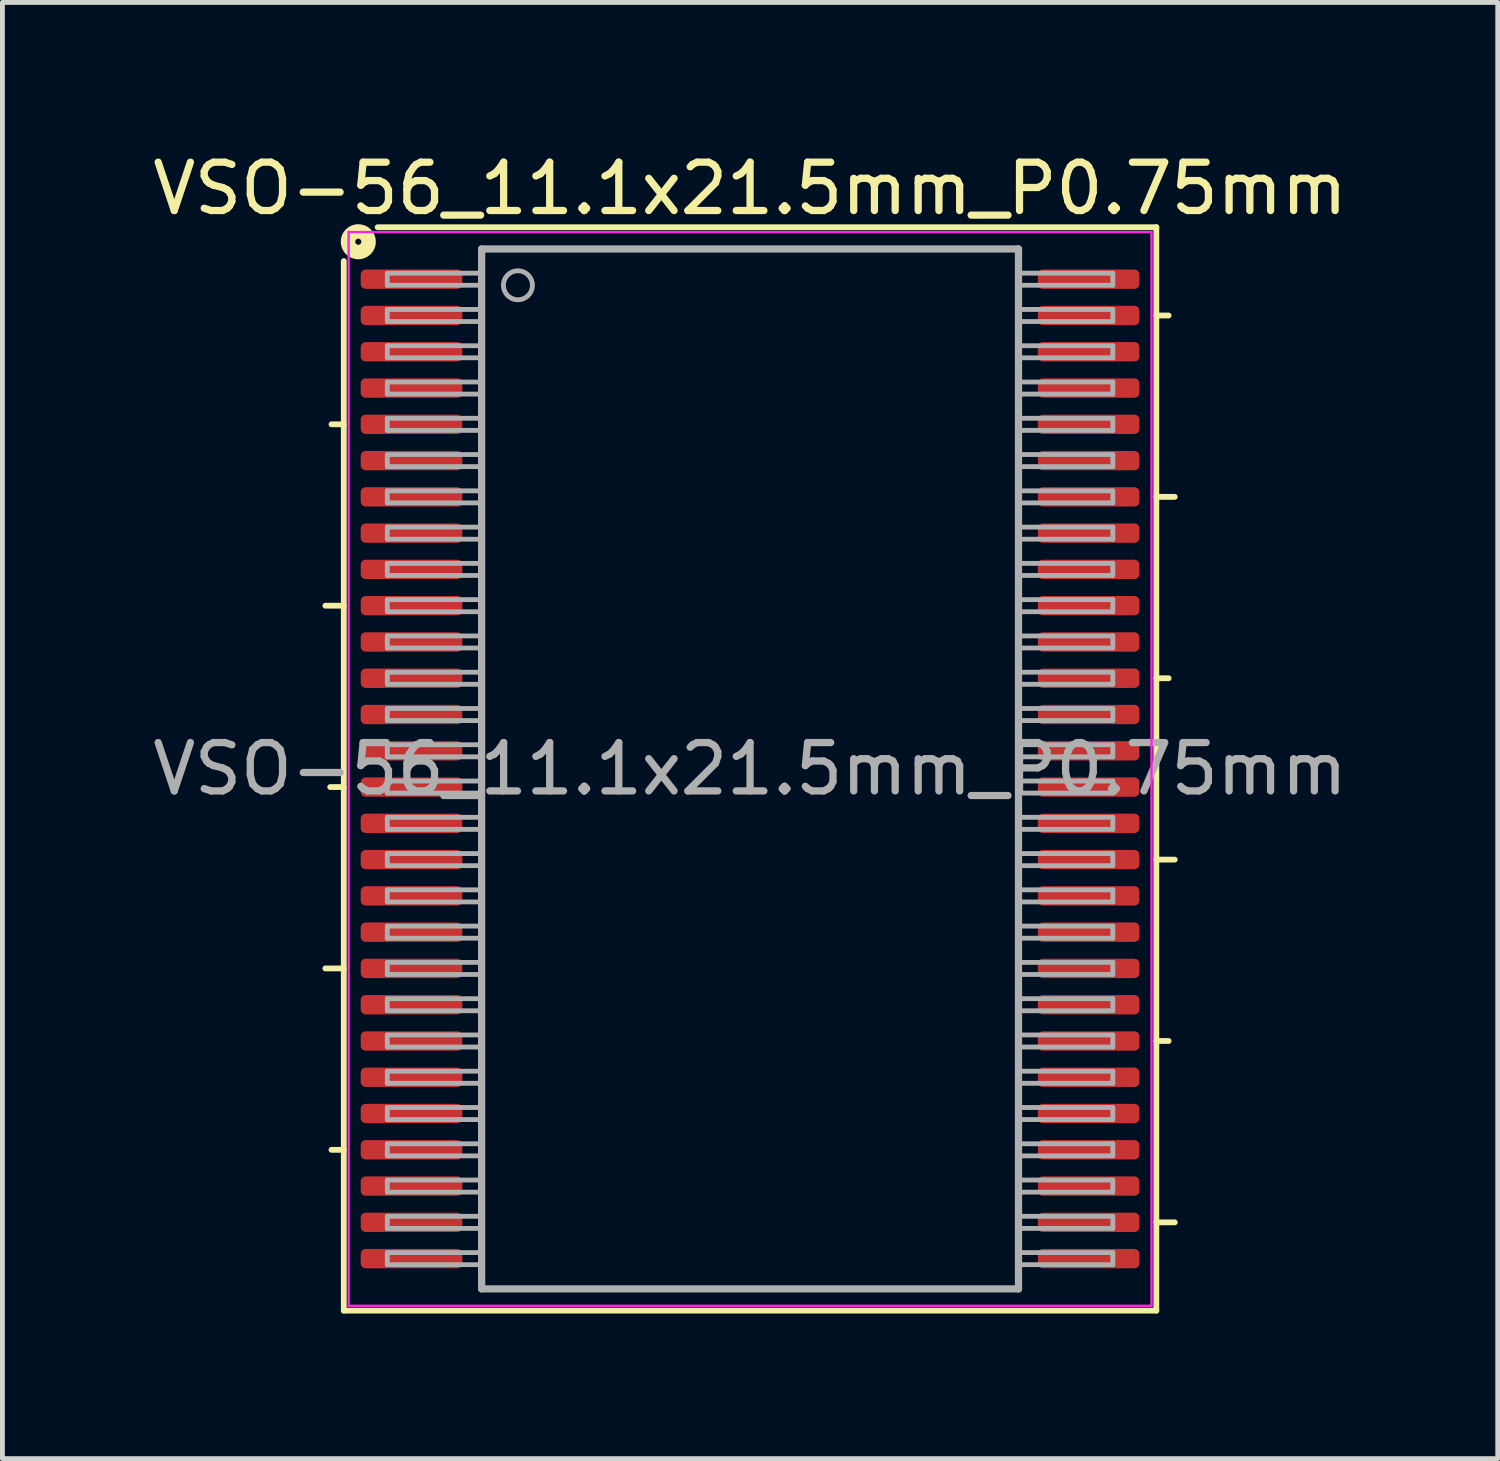
<source format=kicad_pcb>
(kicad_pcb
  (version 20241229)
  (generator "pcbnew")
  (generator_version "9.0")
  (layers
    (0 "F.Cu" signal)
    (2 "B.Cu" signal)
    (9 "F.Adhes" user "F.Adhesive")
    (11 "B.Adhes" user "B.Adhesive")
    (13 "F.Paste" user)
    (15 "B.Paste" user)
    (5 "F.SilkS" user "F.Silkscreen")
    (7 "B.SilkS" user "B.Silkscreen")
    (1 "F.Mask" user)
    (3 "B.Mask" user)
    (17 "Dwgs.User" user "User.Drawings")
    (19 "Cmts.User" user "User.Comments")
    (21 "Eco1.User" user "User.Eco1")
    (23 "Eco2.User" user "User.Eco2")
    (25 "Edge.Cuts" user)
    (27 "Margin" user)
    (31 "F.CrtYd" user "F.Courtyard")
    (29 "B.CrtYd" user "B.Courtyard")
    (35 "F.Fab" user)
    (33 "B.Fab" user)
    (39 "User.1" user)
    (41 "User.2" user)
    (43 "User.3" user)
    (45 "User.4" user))
  (footprint "VSO-56_11.1x21.5mm_P0.75mm"
    (layer "F.Cu")
    (at 12.458 12.848)
    (property "Reference" "VSO-56_11.1x21.5mm_P0.75mm" (at 0 -12 0) (layer "F.SilkS") (effects (font (size 1 1) (thickness 0.15))))
    (attr smd)
    (fp_line (start -8.4 -10.5) (end -8.4 11.2) (stroke (width 0.12) (type solid)) (layer "F.SilkS"))
    (fp_line (start -8.4 -7.125) (end -8.654 -7.125) (stroke (width 0.12) (type solid)) (layer "F.SilkS"))
    (fp_line (start -8.4 -3.375) (end -8.781 -3.375) (stroke (width 0.12) (type solid)) (layer "F.SilkS"))
    (fp_line (start -8.4 0.375) (end -8.681 0.375) (stroke (width 0.12) (type solid)) (layer "F.SilkS"))
    (fp_line (start -8.4 4.125) (end -8.781 4.125) (stroke (width 0.12) (type solid)) (layer "F.SilkS"))
    (fp_line (start -8.4 7.875) (end -8.654 7.875) (stroke (width 0.12) (type solid)) (layer "F.SilkS"))
    (fp_line (start -8.4 11.2) (end 8.4 11.2) (stroke (width 0.12) (type solid)) (layer "F.SilkS"))
    (fp_line (start 8.4 -11.2) (end -7.7 -11.2) (stroke (width 0.12) (type solid)) (layer "F.SilkS"))
    (fp_line (start 8.4 -9.375) (end 8.654 -9.375) (stroke (width 0.12) (type solid)) (layer "F.SilkS"))
    (fp_line (start 8.4 -5.625) (end 8.781 -5.625) (stroke (width 0.12) (type solid)) (layer "F.SilkS"))
    (fp_line (start 8.4 -1.875) (end 8.654 -1.875) (stroke (width 0.12) (type solid)) (layer "F.SilkS"))
    (fp_line (start 8.4 1.875) (end 8.781 1.875) (stroke (width 0.12) (type solid)) (layer "F.SilkS"))
    (fp_line (start 8.4 5.625) (end 8.654 5.625) (stroke (width 0.12) (type solid)) (layer "F.SilkS"))
    (fp_line (start 8.4 9.375) (end 8.781 9.375) (stroke (width 0.12) (type solid)) (layer "F.SilkS"))
    (fp_line (start 8.4 11.2) (end 8.4 -11.2) (stroke (width 0.12) (type solid)) (layer "F.SilkS"))
    (fp_circle (center -8.1 -10.9) (end -8.037 -10.9) (stroke (width 0.3) (type solid)) (fill no) (layer "F.SilkS"))
    (fp_line (start -8.3 -11.1) (end -8.3 11.1) (stroke (width 0.05) (type solid)) (layer "F.CrtYd"))
    (fp_line (start -8.3 -11.1) (end 8.3 -11.1) (stroke (width 0.05) (type solid)) (layer "F.CrtYd"))
    (fp_line (start -8.3 11.1) (end 8.3 11.1) (stroke (width 0.05) (type solid)) (layer "F.CrtYd"))
    (fp_line (start 8.3 -11.1) (end 8.3 11.1) (stroke (width 0.05) (type solid)) (layer "F.CrtYd"))
    (fp_line (start -7.5 -10.25) (end -7.5 -10) (stroke (width 0.1) (type solid)) (layer "F.Fab"))
    (fp_line (start -7.5 -10.25) (end -5.55 -10.25) (stroke (width 0.1) (type solid)) (layer "F.Fab"))
    (fp_line (start -7.5 -10) (end -5.55 -10) (stroke (width 0.1) (type solid)) (layer "F.Fab"))
    (fp_line (start -7.5 -9.5) (end -7.5 -9.25) (stroke (width 0.1) (type solid)) (layer "F.Fab"))
    (fp_line (start -7.5 -9.5) (end -5.55 -9.5) (stroke (width 0.1) (type solid)) (layer "F.Fab"))
    (fp_line (start -7.5 -9.25) (end -5.55 -9.25) (stroke (width 0.1) (type solid)) (layer "F.Fab"))
    (fp_line (start -7.5 -8.75) (end -7.5 -8.5) (stroke (width 0.1) (type solid)) (layer "F.Fab"))
    (fp_line (start -7.5 -8.75) (end -5.55 -8.75) (stroke (width 0.1) (type solid)) (layer "F.Fab"))
    (fp_line (start -7.5 -8.5) (end -5.55 -8.5) (stroke (width 0.1) (type solid)) (layer "F.Fab"))
    (fp_line (start -7.5 -8) (end -7.5 -7.75) (stroke (width 0.1) (type solid)) (layer "F.Fab"))
    (fp_line (start -7.5 -8) (end -5.55 -8) (stroke (width 0.1) (type solid)) (layer "F.Fab"))
    (fp_line (start -7.5 -7.75) (end -5.55 -7.75) (stroke (width 0.1) (type solid)) (layer "F.Fab"))
    (fp_line (start -7.5 -7.25) (end -7.5 -7) (stroke (width 0.1) (type solid)) (layer "F.Fab"))
    (fp_line (start -7.5 -7.25) (end -5.55 -7.25) (stroke (width 0.1) (type solid)) (layer "F.Fab"))
    (fp_line (start -7.5 -7) (end -5.55 -7) (stroke (width 0.1) (type solid)) (layer "F.Fab"))
    (fp_line (start -7.5 -6.5) (end -7.5 -6.25) (stroke (width 0.1) (type solid)) (layer "F.Fab"))
    (fp_line (start -7.5 -6.5) (end -5.55 -6.5) (stroke (width 0.1) (type solid)) (layer "F.Fab"))
    (fp_line (start -7.5 -6.25) (end -5.55 -6.25) (stroke (width 0.1) (type solid)) (layer "F.Fab"))
    (fp_line (start -7.5 -5.75) (end -7.5 -5.5) (stroke (width 0.1) (type solid)) (layer "F.Fab"))
    (fp_line (start -7.5 -5.75) (end -5.55 -5.75) (stroke (width 0.1) (type solid)) (layer "F.Fab"))
    (fp_line (start -7.5 -5.5) (end -5.55 -5.5) (stroke (width 0.1) (type solid)) (layer "F.Fab"))
    (fp_line (start -7.5 -5) (end -7.5 -4.75) (stroke (width 0.1) (type solid)) (layer "F.Fab"))
    (fp_line (start -7.5 -5) (end -5.55 -5) (stroke (width 0.1) (type solid)) (layer "F.Fab"))
    (fp_line (start -7.5 -4.75) (end -5.55 -4.75) (stroke (width 0.1) (type solid)) (layer "F.Fab"))
    (fp_line (start -7.5 -4.25) (end -7.5 -4) (stroke (width 0.1) (type solid)) (layer "F.Fab"))
    (fp_line (start -7.5 -4.25) (end -5.55 -4.25) (stroke (width 0.1) (type solid)) (layer "F.Fab"))
    (fp_line (start -7.5 -4) (end -5.55 -4) (stroke (width 0.1) (type solid)) (layer "F.Fab"))
    (fp_line (start -7.5 -3.5) (end -7.5 -3.25) (stroke (width 0.1) (type solid)) (layer "F.Fab"))
    (fp_line (start -7.5 -3.5) (end -5.55 -3.5) (stroke (width 0.1) (type solid)) (layer "F.Fab"))
    (fp_line (start -7.5 -3.25) (end -5.55 -3.25) (stroke (width 0.1) (type solid)) (layer "F.Fab"))
    (fp_line (start -7.5 -2.75) (end -7.5 -2.5) (stroke (width 0.1) (type solid)) (layer "F.Fab"))
    (fp_line (start -7.5 -2.75) (end -5.55 -2.75) (stroke (width 0.1) (type solid)) (layer "F.Fab"))
    (fp_line (start -7.5 -2.5) (end -5.55 -2.5) (stroke (width 0.1) (type solid)) (layer "F.Fab"))
    (fp_line (start -7.5 -2) (end -7.5 -1.75) (stroke (width 0.1) (type solid)) (layer "F.Fab"))
    (fp_line (start -7.5 -2) (end -5.55 -2) (stroke (width 0.1) (type solid)) (layer "F.Fab"))
    (fp_line (start -7.5 -1.75) (end -5.55 -1.75) (stroke (width 0.1) (type solid)) (layer "F.Fab"))
    (fp_line (start -7.5 -1.25) (end -7.5 -1) (stroke (width 0.1) (type solid)) (layer "F.Fab"))
    (fp_line (start -7.5 -1.25) (end -5.55 -1.25) (stroke (width 0.1) (type solid)) (layer "F.Fab"))
    (fp_line (start -7.5 -1) (end -5.55 -1) (stroke (width 0.1) (type solid)) (layer "F.Fab"))
    (fp_line (start -7.5 -0.5) (end -7.5 -0.25) (stroke (width 0.1) (type solid)) (layer "F.Fab"))
    (fp_line (start -7.5 -0.5) (end -5.55 -0.5) (stroke (width 0.1) (type solid)) (layer "F.Fab"))
    (fp_line (start -7.5 -0.25) (end -5.55 -0.25) (stroke (width 0.1) (type solid)) (layer "F.Fab"))
    (fp_line (start -7.5 0.25) (end -7.5 0.5) (stroke (width 0.1) (type solid)) (layer "F.Fab"))
    (fp_line (start -7.5 0.25) (end -5.55 0.25) (stroke (width 0.1) (type solid)) (layer "F.Fab"))
    (fp_line (start -7.5 0.5) (end -5.55 0.5) (stroke (width 0.1) (type solid)) (layer "F.Fab"))
    (fp_line (start -7.5 1) (end -7.5 1.25) (stroke (width 0.1) (type solid)) (layer "F.Fab"))
    (fp_line (start -7.5 1) (end -5.55 1) (stroke (width 0.1) (type solid)) (layer "F.Fab"))
    (fp_line (start -7.5 1.25) (end -5.55 1.25) (stroke (width 0.1) (type solid)) (layer "F.Fab"))
    (fp_line (start -7.5 1.75) (end -7.5 2) (stroke (width 0.1) (type solid)) (layer "F.Fab"))
    (fp_line (start -7.5 1.75) (end -5.55 1.75) (stroke (width 0.1) (type solid)) (layer "F.Fab"))
    (fp_line (start -7.5 2) (end -5.55 2) (stroke (width 0.1) (type solid)) (layer "F.Fab"))
    (fp_line (start -7.5 2.5) (end -7.5 2.75) (stroke (width 0.1) (type solid)) (layer "F.Fab"))
    (fp_line (start -7.5 2.5) (end -5.55 2.5) (stroke (width 0.1) (type solid)) (layer "F.Fab"))
    (fp_line (start -7.5 2.75) (end -5.55 2.75) (stroke (width 0.1) (type solid)) (layer "F.Fab"))
    (fp_line (start -7.5 3.25) (end -7.5 3.5) (stroke (width 0.1) (type solid)) (layer "F.Fab"))
    (fp_line (start -7.5 3.25) (end -5.55 3.25) (stroke (width 0.1) (type solid)) (layer "F.Fab"))
    (fp_line (start -7.5 3.5) (end -5.55 3.5) (stroke (width 0.1) (type solid)) (layer "F.Fab"))
    (fp_line (start -7.5 4) (end -7.5 4.25) (stroke (width 0.1) (type solid)) (layer "F.Fab"))
    (fp_line (start -7.5 4) (end -5.55 4) (stroke (width 0.1) (type solid)) (layer "F.Fab"))
    (fp_line (start -7.5 4.25) (end -5.55 4.25) (stroke (width 0.1) (type solid)) (layer "F.Fab"))
    (fp_line (start -7.5 4.75) (end -7.5 5) (stroke (width 0.1) (type solid)) (layer "F.Fab"))
    (fp_line (start -7.5 4.75) (end -5.55 4.75) (stroke (width 0.1) (type solid)) (layer "F.Fab"))
    (fp_line (start -7.5 5) (end -5.55 5) (stroke (width 0.1) (type solid)) (layer "F.Fab"))
    (fp_line (start -7.5 5.5) (end -7.5 5.75) (stroke (width 0.1) (type solid)) (layer "F.Fab"))
    (fp_line (start -7.5 5.5) (end -5.55 5.5) (stroke (width 0.1) (type solid)) (layer "F.Fab"))
    (fp_line (start -7.5 5.75) (end -5.55 5.75) (stroke (width 0.1) (type solid)) (layer "F.Fab"))
    (fp_line (start -7.5 6.25) (end -7.5 6.5) (stroke (width 0.1) (type solid)) (layer "F.Fab"))
    (fp_line (start -7.5 6.25) (end -5.55 6.25) (stroke (width 0.1) (type solid)) (layer "F.Fab"))
    (fp_line (start -7.5 6.5) (end -5.55 6.5) (stroke (width 0.1) (type solid)) (layer "F.Fab"))
    (fp_line (start -7.5 7) (end -7.5 7.25) (stroke (width 0.1) (type solid)) (layer "F.Fab"))
    (fp_line (start -7.5 7) (end -5.55 7) (stroke (width 0.1) (type solid)) (layer "F.Fab"))
    (fp_line (start -7.5 7.25) (end -5.55 7.25) (stroke (width 0.1) (type solid)) (layer "F.Fab"))
    (fp_line (start -7.5 7.75) (end -7.5 8) (stroke (width 0.1) (type solid)) (layer "F.Fab"))
    (fp_line (start -7.5 7.75) (end -5.55 7.75) (stroke (width 0.1) (type solid)) (layer "F.Fab"))
    (fp_line (start -7.5 8) (end -5.55 8) (stroke (width 0.1) (type solid)) (layer "F.Fab"))
    (fp_line (start -7.5 8.5) (end -7.5 8.75) (stroke (width 0.1) (type solid)) (layer "F.Fab"))
    (fp_line (start -7.5 8.5) (end -5.55 8.5) (stroke (width 0.1) (type solid)) (layer "F.Fab"))
    (fp_line (start -7.5 8.75) (end -5.55 8.75) (stroke (width 0.1) (type solid)) (layer "F.Fab"))
    (fp_line (start -7.5 9.25) (end -7.5 9.5) (stroke (width 0.1) (type solid)) (layer "F.Fab"))
    (fp_line (start -7.5 9.25) (end -5.55 9.25) (stroke (width 0.1) (type solid)) (layer "F.Fab"))
    (fp_line (start -7.5 9.5) (end -5.55 9.5) (stroke (width 0.1) (type solid)) (layer "F.Fab"))
    (fp_line (start -7.5 10) (end -7.5 10.25) (stroke (width 0.1) (type solid)) (layer "F.Fab"))
    (fp_line (start -7.5 10) (end -5.55 10) (stroke (width 0.1) (type solid)) (layer "F.Fab"))
    (fp_line (start -7.5 10.25) (end -5.55 10.25) (stroke (width 0.1) (type solid)) (layer "F.Fab"))
    (fp_line (start -5.55 -10.75) (end 5.55 -10.75) (stroke (width 0.15) (type solid)) (layer "F.Fab"))
    (fp_line (start -5.55 10.75) (end -5.55 -10.75) (stroke (width 0.15) (type solid)) (layer "F.Fab"))
    (fp_line (start 5.55 -10.75) (end 5.55 10.75) (stroke (width 0.15) (type solid)) (layer "F.Fab"))
    (fp_line (start 5.55 10.75) (end -5.55 10.75) (stroke (width 0.15) (type solid)) (layer "F.Fab"))
    (fp_line (start 7.5 -10.25) (end 5.55 -10.25) (stroke (width 0.1) (type solid)) (layer "F.Fab"))
    (fp_line (start 7.5 -10) (end 5.55 -10) (stroke (width 0.1) (type solid)) (layer "F.Fab"))
    (fp_line (start 7.5 -10) (end 7.5 -10.25) (stroke (width 0.1) (type solid)) (layer "F.Fab"))
    (fp_line (start 7.5 -9.5) (end 5.55 -9.5) (stroke (width 0.1) (type solid)) (layer "F.Fab"))
    (fp_line (start 7.5 -9.25) (end 5.55 -9.25) (stroke (width 0.1) (type solid)) (layer "F.Fab"))
    (fp_line (start 7.5 -9.25) (end 7.5 -9.5) (stroke (width 0.1) (type solid)) (layer "F.Fab"))
    (fp_line (start 7.5 -8.75) (end 5.55 -8.75) (stroke (width 0.1) (type solid)) (layer "F.Fab"))
    (fp_line (start 7.5 -8.5) (end 5.55 -8.5) (stroke (width 0.1) (type solid)) (layer "F.Fab"))
    (fp_line (start 7.5 -8.5) (end 7.5 -8.75) (stroke (width 0.1) (type solid)) (layer "F.Fab"))
    (fp_line (start 7.5 -8) (end 5.55 -8) (stroke (width 0.1) (type solid)) (layer "F.Fab"))
    (fp_line (start 7.5 -7.75) (end 5.55 -7.75) (stroke (width 0.1) (type solid)) (layer "F.Fab"))
    (fp_line (start 7.5 -7.75) (end 7.5 -8) (stroke (width 0.1) (type solid)) (layer "F.Fab"))
    (fp_line (start 7.5 -7.25) (end 5.55 -7.25) (stroke (width 0.1) (type solid)) (layer "F.Fab"))
    (fp_line (start 7.5 -7) (end 5.55 -7) (stroke (width 0.1) (type solid)) (layer "F.Fab"))
    (fp_line (start 7.5 -7) (end 7.5 -7.25) (stroke (width 0.1) (type solid)) (layer "F.Fab"))
    (fp_line (start 7.5 -6.5) (end 5.55 -6.5) (stroke (width 0.1) (type solid)) (layer "F.Fab"))
    (fp_line (start 7.5 -6.25) (end 5.55 -6.25) (stroke (width 0.1) (type solid)) (layer "F.Fab"))
    (fp_line (start 7.5 -6.25) (end 7.5 -6.5) (stroke (width 0.1) (type solid)) (layer "F.Fab"))
    (fp_line (start 7.5 -5.75) (end 5.55 -5.75) (stroke (width 0.1) (type solid)) (layer "F.Fab"))
    (fp_line (start 7.5 -5.5) (end 5.55 -5.5) (stroke (width 0.1) (type solid)) (layer "F.Fab"))
    (fp_line (start 7.5 -5.5) (end 7.5 -5.75) (stroke (width 0.1) (type solid)) (layer "F.Fab"))
    (fp_line (start 7.5 -5) (end 5.55 -5) (stroke (width 0.1) (type solid)) (layer "F.Fab"))
    (fp_line (start 7.5 -4.75) (end 5.55 -4.75) (stroke (width 0.1) (type solid)) (layer "F.Fab"))
    (fp_line (start 7.5 -4.75) (end 7.5 -5) (stroke (width 0.1) (type solid)) (layer "F.Fab"))
    (fp_line (start 7.5 -4.25) (end 5.55 -4.25) (stroke (width 0.1) (type solid)) (layer "F.Fab"))
    (fp_line (start 7.5 -4) (end 5.55 -4) (stroke (width 0.1) (type solid)) (layer "F.Fab"))
    (fp_line (start 7.5 -4) (end 7.5 -4.25) (stroke (width 0.1) (type solid)) (layer "F.Fab"))
    (fp_line (start 7.5 -3.5) (end 5.55 -3.5) (stroke (width 0.1) (type solid)) (layer "F.Fab"))
    (fp_line (start 7.5 -3.25) (end 5.55 -3.25) (stroke (width 0.1) (type solid)) (layer "F.Fab"))
    (fp_line (start 7.5 -3.25) (end 7.5 -3.5) (stroke (width 0.1) (type solid)) (layer "F.Fab"))
    (fp_line (start 7.5 -2.75) (end 5.55 -2.75) (stroke (width 0.1) (type solid)) (layer "F.Fab"))
    (fp_line (start 7.5 -2.5) (end 5.55 -2.5) (stroke (width 0.1) (type solid)) (layer "F.Fab"))
    (fp_line (start 7.5 -2.5) (end 7.5 -2.75) (stroke (width 0.1) (type solid)) (layer "F.Fab"))
    (fp_line (start 7.5 -2) (end 5.55 -2) (stroke (width 0.1) (type solid)) (layer "F.Fab"))
    (fp_line (start 7.5 -1.75) (end 5.55 -1.75) (stroke (width 0.1) (type solid)) (layer "F.Fab"))
    (fp_line (start 7.5 -1.75) (end 7.5 -2) (stroke (width 0.1) (type solid)) (layer "F.Fab"))
    (fp_line (start 7.5 -1.25) (end 5.55 -1.25) (stroke (width 0.1) (type solid)) (layer "F.Fab"))
    (fp_line (start 7.5 -1) (end 5.55 -1) (stroke (width 0.1) (type solid)) (layer "F.Fab"))
    (fp_line (start 7.5 -1) (end 7.5 -1.25) (stroke (width 0.1) (type solid)) (layer "F.Fab"))
    (fp_line (start 7.5 -0.5) (end 5.55 -0.5) (stroke (width 0.1) (type solid)) (layer "F.Fab"))
    (fp_line (start 7.5 -0.25) (end 5.55 -0.25) (stroke (width 0.1) (type solid)) (layer "F.Fab"))
    (fp_line (start 7.5 -0.25) (end 7.5 -0.5) (stroke (width 0.1) (type solid)) (layer "F.Fab"))
    (fp_line (start 7.5 0.25) (end 5.55 0.25) (stroke (width 0.1) (type solid)) (layer "F.Fab"))
    (fp_line (start 7.5 0.5) (end 5.55 0.5) (stroke (width 0.1) (type solid)) (layer "F.Fab"))
    (fp_line (start 7.5 0.5) (end 7.5 0.25) (stroke (width 0.1) (type solid)) (layer "F.Fab"))
    (fp_line (start 7.5 1) (end 5.55 1) (stroke (width 0.1) (type solid)) (layer "F.Fab"))
    (fp_line (start 7.5 1.25) (end 5.55 1.25) (stroke (width 0.1) (type solid)) (layer "F.Fab"))
    (fp_line (start 7.5 1.25) (end 7.5 1) (stroke (width 0.1) (type solid)) (layer "F.Fab"))
    (fp_line (start 7.5 1.75) (end 5.55 1.75) (stroke (width 0.1) (type solid)) (layer "F.Fab"))
    (fp_line (start 7.5 2) (end 5.55 2) (stroke (width 0.1) (type solid)) (layer "F.Fab"))
    (fp_line (start 7.5 2) (end 7.5 1.75) (stroke (width 0.1) (type solid)) (layer "F.Fab"))
    (fp_line (start 7.5 2.5) (end 5.55 2.5) (stroke (width 0.1) (type solid)) (layer "F.Fab"))
    (fp_line (start 7.5 2.75) (end 5.55 2.75) (stroke (width 0.1) (type solid)) (layer "F.Fab"))
    (fp_line (start 7.5 2.75) (end 7.5 2.5) (stroke (width 0.1) (type solid)) (layer "F.Fab"))
    (fp_line (start 7.5 3.25) (end 5.55 3.25) (stroke (width 0.1) (type solid)) (layer "F.Fab"))
    (fp_line (start 7.5 3.5) (end 5.55 3.5) (stroke (width 0.1) (type solid)) (layer "F.Fab"))
    (fp_line (start 7.5 3.5) (end 7.5 3.25) (stroke (width 0.1) (type solid)) (layer "F.Fab"))
    (fp_line (start 7.5 4) (end 5.55 4) (stroke (width 0.1) (type solid)) (layer "F.Fab"))
    (fp_line (start 7.5 4.25) (end 5.55 4.25) (stroke (width 0.1) (type solid)) (layer "F.Fab"))
    (fp_line (start 7.5 4.25) (end 7.5 4) (stroke (width 0.1) (type solid)) (layer "F.Fab"))
    (fp_line (start 7.5 4.75) (end 5.55 4.75) (stroke (width 0.1) (type solid)) (layer "F.Fab"))
    (fp_line (start 7.5 5) (end 5.55 5) (stroke (width 0.1) (type solid)) (layer "F.Fab"))
    (fp_line (start 7.5 5) (end 7.5 4.75) (stroke (width 0.1) (type solid)) (layer "F.Fab"))
    (fp_line (start 7.5 5.5) (end 5.55 5.5) (stroke (width 0.1) (type solid)) (layer "F.Fab"))
    (fp_line (start 7.5 5.75) (end 5.55 5.75) (stroke (width 0.1) (type solid)) (layer "F.Fab"))
    (fp_line (start 7.5 5.75) (end 7.5 5.5) (stroke (width 0.1) (type solid)) (layer "F.Fab"))
    (fp_line (start 7.5 6.25) (end 5.55 6.25) (stroke (width 0.1) (type solid)) (layer "F.Fab"))
    (fp_line (start 7.5 6.5) (end 5.55 6.5) (stroke (width 0.1) (type solid)) (layer "F.Fab"))
    (fp_line (start 7.5 6.5) (end 7.5 6.25) (stroke (width 0.1) (type solid)) (layer "F.Fab"))
    (fp_line (start 7.5 7) (end 5.55 7) (stroke (width 0.1) (type solid)) (layer "F.Fab"))
    (fp_line (start 7.5 7.25) (end 5.55 7.25) (stroke (width 0.1) (type solid)) (layer "F.Fab"))
    (fp_line (start 7.5 7.25) (end 7.5 7) (stroke (width 0.1) (type solid)) (layer "F.Fab"))
    (fp_line (start 7.5 7.75) (end 5.55 7.75) (stroke (width 0.1) (type solid)) (layer "F.Fab"))
    (fp_line (start 7.5 8) (end 5.55 8) (stroke (width 0.1) (type solid)) (layer "F.Fab"))
    (fp_line (start 7.5 8) (end 7.5 7.75) (stroke (width 0.1) (type solid)) (layer "F.Fab"))
    (fp_line (start 7.5 8.5) (end 5.55 8.5) (stroke (width 0.1) (type solid)) (layer "F.Fab"))
    (fp_line (start 7.5 8.75) (end 5.55 8.75) (stroke (width 0.1) (type solid)) (layer "F.Fab"))
    (fp_line (start 7.5 8.75) (end 7.5 8.5) (stroke (width 0.1) (type solid)) (layer "F.Fab"))
    (fp_line (start 7.5 9.25) (end 5.55 9.25) (stroke (width 0.1) (type solid)) (layer "F.Fab"))
    (fp_line (start 7.5 9.5) (end 5.55 9.5) (stroke (width 0.1) (type solid)) (layer "F.Fab"))
    (fp_line (start 7.5 9.5) (end 7.5 9.25) (stroke (width 0.1) (type solid)) (layer "F.Fab"))
    (fp_line (start 7.5 10) (end 5.55 10) (stroke (width 0.1) (type solid)) (layer "F.Fab"))
    (fp_line (start 7.5 10.25) (end 5.55 10.25) (stroke (width 0.1) (type solid)) (layer "F.Fab"))
    (fp_line (start 7.5 10.25) (end 7.5 10) (stroke (width 0.1) (type solid)) (layer "F.Fab"))
    (fp_circle (center -4.8 -10) (end -4.5 -10) (stroke (width 0.1) (type solid)) (fill no) (layer "F.Fab"))
    (fp_text user "${REFERENCE}" (at 0 0 0) (layer "F.Fab") (effects (font (size 1 1) (thickness 0.15))))
    (pad "1" smd roundrect (at -7 -10.125) (size 2.1 0.4) (layers "F.Cu" "F.Mask" "F.Paste") (roundrect_rratio 0.25))
    (pad "2" smd roundrect (at -7 -9.375) (size 2.1 0.4) (layers "F.Cu" "F.Mask" "F.Paste") (roundrect_rratio 0.25))
    (pad "3" smd roundrect (at -7 -8.625) (size 2.1 0.4) (layers "F.Cu" "F.Mask" "F.Paste") (roundrect_rratio 0.25))
    (pad "4" smd roundrect (at -7 -7.875) (size 2.1 0.4) (layers "F.Cu" "F.Mask" "F.Paste") (roundrect_rratio 0.25))
    (pad "5" smd roundrect (at -7 -7.125) (size 2.1 0.4) (layers "F.Cu" "F.Mask" "F.Paste") (roundrect_rratio 0.25))
    (pad "6" smd roundrect (at -7 -6.375) (size 2.1 0.4) (layers "F.Cu" "F.Mask" "F.Paste") (roundrect_rratio 0.25))
    (pad "7" smd roundrect (at -7 -5.625) (size 2.1 0.4) (layers "F.Cu" "F.Mask" "F.Paste") (roundrect_rratio 0.25))
    (pad "8" smd roundrect (at -7 -4.875) (size 2.1 0.4) (layers "F.Cu" "F.Mask" "F.Paste") (roundrect_rratio 0.25))
    (pad "9" smd roundrect (at -7 -4.125) (size 2.1 0.4) (layers "F.Cu" "F.Mask" "F.Paste") (roundrect_rratio 0.25))
    (pad "10" smd roundrect (at -7 -3.375) (size 2.1 0.4) (layers "F.Cu" "F.Mask" "F.Paste") (roundrect_rratio 0.25))
    (pad "11" smd roundrect (at -7 -2.625) (size 2.1 0.4) (layers "F.Cu" "F.Mask" "F.Paste") (roundrect_rratio 0.25))
    (pad "12" smd roundrect (at -7 -1.875) (size 2.1 0.4) (layers "F.Cu" "F.Mask" "F.Paste") (roundrect_rratio 0.25))
    (pad "13" smd roundrect (at -7 -1.125) (size 2.1 0.4) (layers "F.Cu" "F.Mask" "F.Paste") (roundrect_rratio 0.25))
    (pad "14" smd roundrect (at -7 -0.375) (size 2.1 0.4) (layers "F.Cu" "F.Mask" "F.Paste") (roundrect_rratio 0.25))
    (pad "15" smd roundrect (at -7 0.375) (size 2.1 0.4) (layers "F.Cu" "F.Mask" "F.Paste") (roundrect_rratio 0.25))
    (pad "16" smd roundrect (at -7 1.125) (size 2.1 0.4) (layers "F.Cu" "F.Mask" "F.Paste") (roundrect_rratio 0.25))
    (pad "17" smd roundrect (at -7 1.875) (size 2.1 0.4) (layers "F.Cu" "F.Mask" "F.Paste") (roundrect_rratio 0.25))
    (pad "18" smd roundrect (at -7 2.625) (size 2.1 0.4) (layers "F.Cu" "F.Mask" "F.Paste") (roundrect_rratio 0.25))
    (pad "19" smd roundrect (at -7 3.375) (size 2.1 0.4) (layers "F.Cu" "F.Mask" "F.Paste") (roundrect_rratio 0.25))
    (pad "20" smd roundrect (at -7 4.125) (size 2.1 0.4) (layers "F.Cu" "F.Mask" "F.Paste") (roundrect_rratio 0.25))
    (pad "21" smd roundrect (at -7 4.875) (size 2.1 0.4) (layers "F.Cu" "F.Mask" "F.Paste") (roundrect_rratio 0.25))
    (pad "22" smd roundrect (at -7 5.625) (size 2.1 0.4) (layers "F.Cu" "F.Mask" "F.Paste") (roundrect_rratio 0.25))
    (pad "23" smd roundrect (at -7 6.375) (size 2.1 0.4) (layers "F.Cu" "F.Mask" "F.Paste") (roundrect_rratio 0.25))
    (pad "24" smd roundrect (at -7 7.125) (size 2.1 0.4) (layers "F.Cu" "F.Mask" "F.Paste") (roundrect_rratio 0.25))
    (pad "25" smd roundrect (at -7 7.875) (size 2.1 0.4) (layers "F.Cu" "F.Mask" "F.Paste") (roundrect_rratio 0.25))
    (pad "26" smd roundrect (at -7 8.625) (size 2.1 0.4) (layers "F.Cu" "F.Mask" "F.Paste") (roundrect_rratio 0.25))
    (pad "27" smd roundrect (at -7 9.375) (size 2.1 0.4) (layers "F.Cu" "F.Mask" "F.Paste") (roundrect_rratio 0.25))
    (pad "28" smd roundrect (at -7 10.125) (size 2.1 0.4) (layers "F.Cu" "F.Mask" "F.Paste") (roundrect_rratio 0.25))
    (pad "29" smd roundrect (at 7 10.125) (size 2.1 0.4) (layers "F.Cu" "F.Mask" "F.Paste") (roundrect_rratio 0.25))
    (pad "30" smd roundrect (at 7 9.375) (size 2.1 0.4) (layers "F.Cu" "F.Mask" "F.Paste") (roundrect_rratio 0.25))
    (pad "31" smd roundrect (at 7 8.625) (size 2.1 0.4) (layers "F.Cu" "F.Mask" "F.Paste") (roundrect_rratio 0.25))
    (pad "32" smd roundrect (at 7 7.875) (size 2.1 0.4) (layers "F.Cu" "F.Mask" "F.Paste") (roundrect_rratio 0.25))
    (pad "33" smd roundrect (at 7 7.125) (size 2.1 0.4) (layers "F.Cu" "F.Mask" "F.Paste") (roundrect_rratio 0.25))
    (pad "34" smd roundrect (at 7 6.375) (size 2.1 0.4) (layers "F.Cu" "F.Mask" "F.Paste") (roundrect_rratio 0.25))
    (pad "35" smd roundrect (at 7 5.625) (size 2.1 0.4) (layers "F.Cu" "F.Mask" "F.Paste") (roundrect_rratio 0.25))
    (pad "36" smd roundrect (at 7 4.875) (size 2.1 0.4) (layers "F.Cu" "F.Mask" "F.Paste") (roundrect_rratio 0.25))
    (pad "37" smd roundrect (at 7 4.125) (size 2.1 0.4) (layers "F.Cu" "F.Mask" "F.Paste") (roundrect_rratio 0.25))
    (pad "38" smd roundrect (at 7 3.375) (size 2.1 0.4) (layers "F.Cu" "F.Mask" "F.Paste") (roundrect_rratio 0.25))
    (pad "39" smd roundrect (at 7 2.625) (size 2.1 0.4) (layers "F.Cu" "F.Mask" "F.Paste") (roundrect_rratio 0.25))
    (pad "40" smd roundrect (at 7 1.875) (size 2.1 0.4) (layers "F.Cu" "F.Mask" "F.Paste") (roundrect_rratio 0.25))
    (pad "41" smd roundrect (at 7 1.125) (size 2.1 0.4) (layers "F.Cu" "F.Mask" "F.Paste") (roundrect_rratio 0.25))
    (pad "42" smd roundrect (at 7 0.375) (size 2.1 0.4) (layers "F.Cu" "F.Mask" "F.Paste") (roundrect_rratio 0.25))
    (pad "43" smd roundrect (at 7 -0.375) (size 2.1 0.4) (layers "F.Cu" "F.Mask" "F.Paste") (roundrect_rratio 0.25))
    (pad "44" smd roundrect (at 7 -1.125) (size 2.1 0.4) (layers "F.Cu" "F.Mask" "F.Paste") (roundrect_rratio 0.25))
    (pad "45" smd roundrect (at 7 -1.875) (size 2.1 0.4) (layers "F.Cu" "F.Mask" "F.Paste") (roundrect_rratio 0.25))
    (pad "46" smd roundrect (at 7 -2.625) (size 2.1 0.4) (layers "F.Cu" "F.Mask" "F.Paste") (roundrect_rratio 0.25))
    (pad "47" smd roundrect (at 7 -3.375) (size 2.1 0.4) (layers "F.Cu" "F.Mask" "F.Paste") (roundrect_rratio 0.25))
    (pad "48" smd roundrect (at 7 -4.125) (size 2.1 0.4) (layers "F.Cu" "F.Mask" "F.Paste") (roundrect_rratio 0.25))
    (pad "49" smd roundrect (at 7 -4.875) (size 2.1 0.4) (layers "F.Cu" "F.Mask" "F.Paste") (roundrect_rratio 0.25))
    (pad "50" smd roundrect (at 7 -5.625) (size 2.1 0.4) (layers "F.Cu" "F.Mask" "F.Paste") (roundrect_rratio 0.25))
    (pad "51" smd roundrect (at 7 -6.375) (size 2.1 0.4) (layers "F.Cu" "F.Mask" "F.Paste") (roundrect_rratio 0.25))
    (pad "52" smd roundrect (at 7 -7.125) (size 2.1 0.4) (layers "F.Cu" "F.Mask" "F.Paste") (roundrect_rratio 0.25))
    (pad "53" smd roundrect (at 7 -7.875) (size 2.1 0.4) (layers "F.Cu" "F.Mask" "F.Paste") (roundrect_rratio 0.25))
    (pad "54" smd roundrect (at 7 -8.625) (size 2.1 0.4) (layers "F.Cu" "F.Mask" "F.Paste") (roundrect_rratio 0.25))
    (pad "55" smd roundrect (at 7 -9.375) (size 2.1 0.4) (layers "F.Cu" "F.Mask" "F.Paste") (roundrect_rratio 0.25))
    (pad "56" smd roundrect (at 7 -10.125) (size 2.1 0.4) (layers "F.Cu" "F.Mask" "F.Paste") (roundrect_rratio 0.25)))
  (gr_rect
    (start -3 -3)
    (end 27.917 27.108)
    (stroke (width 0.1) (type default))
    (fill no)
    (layer "Edge.Cuts")))
</source>
